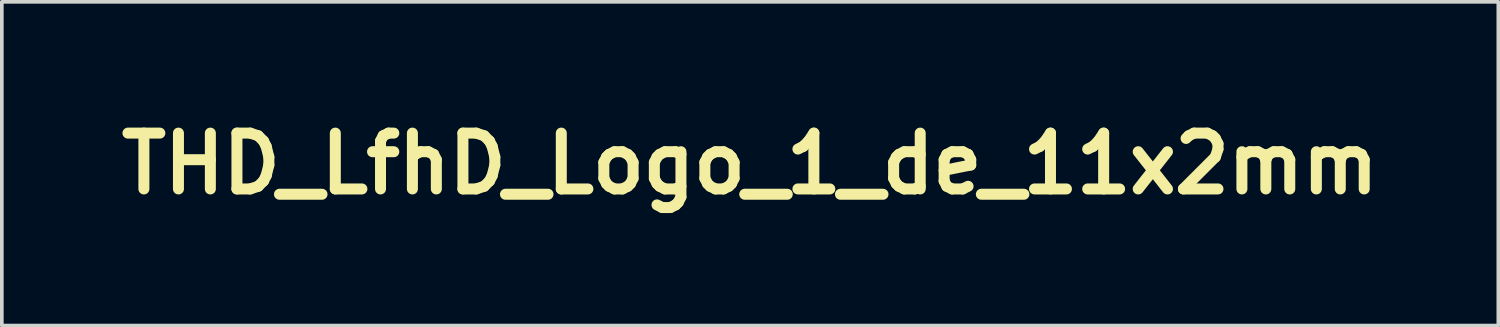
<source format=kicad_pcb>
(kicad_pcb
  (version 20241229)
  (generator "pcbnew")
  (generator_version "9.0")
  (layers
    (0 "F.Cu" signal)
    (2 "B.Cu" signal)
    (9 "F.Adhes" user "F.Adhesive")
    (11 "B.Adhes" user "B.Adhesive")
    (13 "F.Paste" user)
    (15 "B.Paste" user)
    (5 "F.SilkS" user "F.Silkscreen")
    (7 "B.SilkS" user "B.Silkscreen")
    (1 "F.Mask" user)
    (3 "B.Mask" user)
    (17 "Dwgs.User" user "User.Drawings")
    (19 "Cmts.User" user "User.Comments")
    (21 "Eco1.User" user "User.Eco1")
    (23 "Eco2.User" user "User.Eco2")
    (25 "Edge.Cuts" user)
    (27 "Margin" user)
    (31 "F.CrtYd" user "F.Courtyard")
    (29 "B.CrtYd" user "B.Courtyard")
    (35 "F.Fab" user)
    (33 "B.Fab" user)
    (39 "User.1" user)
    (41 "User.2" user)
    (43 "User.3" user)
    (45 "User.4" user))
  (footprint "THD_LfhD_Logo_1_de_11x2mm"
    (layer "F.Cu")
    (at 17.424 1.418)
    (property "Reference" "THD_LfhD_Logo_1_de_11x2mm" (at 0 0 0) (layer "F.SilkS") (effects (font (size 1.524 1.524) (thickness 0.3))))
    (attr through_hole)
    (fp_poly (pts (xy -4.682 0.516) (xy -4.682 0.94) (xy -4.729 0.945) (xy -4.775 0.951) (xy -4.775 0.506) (xy -4.682 0.516)) (stroke (width 0.01) (type solid)) (fill yes) (layer "F.Mask"))
    (fp_poly (pts (xy -2.781 0.511) (xy -2.735 0.516) (xy -2.725 0.948) (xy -2.828 0.948) (xy -2.828 0.506) (xy -2.781 0.511)) (stroke (width 0.01) (type solid)) (fill yes) (layer "F.Mask"))
    (fp_poly (pts (xy -2.206 0.511) (xy -2.159 0.516) (xy -2.154 0.732) (xy -2.15 0.948) (xy -2.252 0.948) (xy -2.252 0.506) (xy -2.206 0.511)) (stroke (width 0.01) (type solid)) (fill yes) (layer "F.Mask"))
    (fp_poly (pts (xy -3.099 0.847) (xy -2.879 0.847) (xy -2.879 0.948) (xy -3.035 0.948) (xy -3.192 0.948) (xy -3.185 0.516) (xy -3.142 0.511) (xy -3.099 0.506) (xy -3.099 0.847)) (stroke (width 0.01) (type solid)) (fill yes) (layer "F.Mask"))
    (fp_poly (pts (xy -0.598 -1.038) (xy -0.593 -1.016) (xy -0.605 -0.988) (xy -0.627 -0.982) (xy -0.655 -0.994) (xy -0.66 -1.016) (xy -0.648 -1.044) (xy -0.627 -1.05) (xy -0.598 -1.038)) (stroke (width 0.01) (type solid)) (fill yes) (layer "F.Mask"))
    (fp_poly (pts (xy -0.463 -1.038) (xy -0.457 -1.016) (xy -0.469 -0.988) (xy -0.491 -0.982) (xy -0.519 -0.994) (xy -0.525 -1.016) (xy -0.513 -1.044) (xy -0.491 -1.05) (xy -0.463 -1.038)) (stroke (width 0.01) (type solid)) (fill yes) (layer "F.Mask"))
    (fp_poly (pts (xy -4.085 0.511) (xy -4.039 0.516) (xy -4.034 0.694) (xy -4.032 0.793) (xy -4.033 0.863) (xy -4.04 0.908) (xy -4.051 0.934) (xy -4.07 0.946) (xy -4.09 0.948) (xy -4.132 0.948) (xy -4.132 0.506) (xy -4.085 0.511)) (stroke (width 0.01) (type solid)) (fill yes) (layer "F.Mask"))
    (fp_poly (pts (xy -3.607 0.559) (xy -3.609 0.591) (xy -3.624 0.606) (xy -3.66 0.61) (xy -3.675 0.61) (xy -3.742 0.61) (xy -3.742 0.948) (xy -3.827 0.948) (xy -3.827 0.61) (xy -3.895 0.61) (xy -3.938 0.608) (xy -3.957 0.597) (xy -3.962 0.57) (xy -3.962 0.559) (xy -3.962 0.508) (xy -3.607 0.508) (xy -3.607 0.559)) (stroke (width 0.01) (type solid)) (fill yes) (layer "F.Mask"))
    (fp_poly (pts (xy 1.084 1.033) (xy 0.795 1.033) (xy 0.682 1.032) (xy 0.599 1.03) (xy 0.543 1.026) (xy 0.511 1.02) (xy 0.499 1.012) (xy 0.497 0.991) (xy 0.496 0.94) (xy 0.495 0.861) (xy 0.494 0.759) (xy 0.494 0.636) (xy 0.494 0.495) (xy 0.494 0.341) (xy 0.495 0.175) (xy 0.495 0.135) (xy 0.5 -0.72) (xy 0.792 -0.724) (xy 1.084 -0.729) (xy 1.084 1.033)) (stroke (width 0.01) (type solid)) (fill yes) (layer "F.Mask"))
    (fp_poly (pts (xy 2.354 -0.847) (xy 1.372 -0.847) (xy 1.372 1.016) (xy 1.322 1.016) (xy 1.278 1.019) (xy 1.249 1.025) (xy 1.221 1.026) (xy 1.214 1.022) (xy 1.212 1.003) (xy 1.21 0.954) (xy 1.208 0.877) (xy 1.206 0.775) (xy 1.205 0.652) (xy 1.204 0.511) (xy 1.203 0.355) (xy 1.202 0.186) (xy 1.202 0.082) (xy 1.202 -0.847) (xy 0.22 -0.847) (xy 0.22 -1.016) (xy 2.354 -1.016) (xy 2.354 -0.847)) (stroke (width 0.01) (type solid)) (fill yes) (layer "F.Mask"))
    (fp_poly (pts (xy 3.213 0.013) (xy 3.209 1.041) (xy 3.149 1.046) (xy 3.106 1.047) (xy 3.079 1.041) (xy 3.077 1.039) (xy 3.074 1.02) (xy 3.071 0.971) (xy 3.069 0.897) (xy 3.067 0.803) (xy 3.065 0.693) (xy 3.065 0.572) (xy 3.065 0.565) (xy 3.065 0.102) (xy 2.781 0.098) (xy 2.498 0.093) (xy 2.493 0.013) (xy 2.487 -0.068) (xy 3.065 -0.068) (xy 3.065 -1.016) (xy 3.141 -1.016) (xy 3.218 -1.016) (xy 3.213 0.013)) (stroke (width 0.01) (type solid)) (fill yes) (layer "F.Mask"))
    (fp_poly (pts (xy -5.118 -0.201) (xy -5.103 -0.19) (xy -5.098 -0.16) (xy -5.097 -0.119) (xy -5.097 -0.034) (xy -4.928 -0.034) (xy -4.928 -0.119) (xy -4.926 -0.169) (xy -4.919 -0.194) (xy -4.902 -0.202) (xy -4.885 -0.203) (xy -4.843 -0.203) (xy -4.843 0.237) (xy -4.885 0.237) (xy -4.91 0.234) (xy -4.923 0.22) (xy -4.927 0.186) (xy -4.928 0.152) (xy -4.928 0.068) (xy -5.097 0.068) (xy -5.097 0.152) (xy -5.098 0.203) (xy -5.105 0.228) (xy -5.123 0.236) (xy -5.148 0.237) (xy -5.199 0.237) (xy -5.199 -0.203) (xy -5.148 -0.203) (xy -5.118 -0.201)) (stroke (width 0.01) (type solid)) (fill yes) (layer "F.Mask"))
    (fp_poly (pts (xy -0.647 -0.201) (xy -0.632 -0.19) (xy -0.627 -0.16) (xy -0.627 -0.119) (xy -0.627 -0.034) (xy -0.457 -0.034) (xy -0.457 -0.119) (xy -0.456 -0.169) (xy -0.449 -0.194) (xy -0.432 -0.202) (xy -0.415 -0.203) (xy -0.373 -0.203) (xy -0.373 0.237) (xy -0.415 0.237) (xy -0.44 0.234) (xy -0.453 0.22) (xy -0.457 0.186) (xy -0.457 0.152) (xy -0.457 0.068) (xy -0.627 0.068) (xy -0.627 0.152) (xy -0.628 0.203) (xy -0.634 0.228) (xy -0.652 0.236) (xy -0.677 0.237) (xy -0.728 0.237) (xy -0.728 -0.203) (xy -0.677 -0.203) (xy -0.647 -0.201)) (stroke (width 0.01) (type solid)) (fill yes) (layer "F.Mask"))
    (fp_poly (pts (xy -5.084 0.509) (xy -5.007 0.511) (xy -4.955 0.52) (xy -4.917 0.539) (xy -4.886 0.573) (xy -4.872 0.592) (xy -4.851 0.644) (xy -4.843 0.714) (xy -4.847 0.787) (xy -4.864 0.849) (xy -4.871 0.864) (xy -4.904 0.905) (xy -4.948 0.931) (xy -5.011 0.944) (xy -5.098 0.948) (xy -5.215 0.948) (xy -5.215 0.61) (xy -5.114 0.61) (xy -5.114 0.847) (xy -5.047 0.847) (xy -4.994 0.84) (xy -4.96 0.817) (xy -4.954 0.809) (xy -4.934 0.763) (xy -4.928 0.721) (xy -4.941 0.662) (xy -4.98 0.624) (xy -5.042 0.61) (xy -5.049 0.61) (xy -5.114 0.61) (xy -5.215 0.61) (xy -5.215 0.508) (xy -5.084 0.509)) (stroke (width 0.01) (type solid)) (fill yes) (layer "F.Mask"))
    (fp_poly (pts (xy -1.676 -0.102) (xy -1.795 -0.102) (xy -1.857 -0.101) (xy -1.893 -0.097) (xy -1.909 -0.087) (xy -1.913 -0.07) (xy -1.913 -0.068) (xy -1.91 -0.049) (xy -1.895 -0.039) (xy -1.86 -0.035) (xy -1.803 -0.034) (xy -1.693 -0.034) (xy -1.693 0.068) (xy -1.803 0.068) (xy -1.863 0.069) (xy -1.896 0.074) (xy -1.911 0.084) (xy -1.913 0.101) (xy -1.91 0.118) (xy -1.894 0.129) (xy -1.859 0.135) (xy -1.799 0.139) (xy -1.791 0.139) (xy -1.727 0.142) (xy -1.69 0.147) (xy -1.672 0.158) (xy -1.665 0.176) (xy -1.663 0.191) (xy -1.657 0.237) (xy -2.015 0.237) (xy -2.015 -0.203) (xy -1.676 -0.203) (xy -1.676 -0.102)) (stroke (width 0.01) (type solid)) (fill yes) (layer "F.Mask"))
    (fp_poly (pts (xy -0.818 -0.902) (xy -0.823 -0.876) (xy -0.837 -0.862) (xy -0.867 -0.854) (xy -0.922 -0.85) (xy -0.928 -0.85) (xy -0.987 -0.846) (xy -1.018 -0.839) (xy -1.031 -0.826) (xy -1.033 -0.812) (xy -1.029 -0.793) (xy -1.011 -0.783) (xy -0.971 -0.779) (xy -0.94 -0.779) (xy -0.887 -0.778) (xy -0.859 -0.772) (xy -0.848 -0.758) (xy -0.847 -0.729) (xy -0.847 -0.728) (xy -0.848 -0.699) (xy -0.858 -0.684) (xy -0.886 -0.678) (xy -0.938 -0.677) (xy -1.033 -0.677) (xy -1.033 -0.593) (xy -1.034 -0.543) (xy -1.041 -0.518) (xy -1.059 -0.509) (xy -1.084 -0.508) (xy -1.135 -0.508) (xy -1.135 -0.948) (xy -0.812 -0.948) (xy -0.818 -0.902)) (stroke (width 0.01) (type solid)) (fill yes) (layer "F.Mask"))
    (fp_poly (pts (xy -3.659 -0.198) (xy -3.594 -0.181) (xy -3.549 -0.147) (xy -3.519 -0.09) (xy -3.499 -0.016) (xy -3.498 0.05) (xy -3.519 0.122) (xy -3.555 0.183) (xy -3.568 0.197) (xy -3.595 0.218) (xy -3.625 0.23) (xy -3.669 0.236) (xy -3.736 0.237) (xy -3.745 0.237) (xy -3.878 0.237) (xy -3.878 -0.102) (xy -3.776 -0.102) (xy -3.776 0.135) (xy -3.71 0.135) (xy -3.657 0.129) (xy -3.619 0.111) (xy -3.616 0.109) (xy -3.597 0.07) (xy -3.591 0.015) (xy -3.598 -0.039) (xy -3.616 -0.075) (xy -3.652 -0.093) (xy -3.704 -0.102) (xy -3.71 -0.102) (xy -3.776 -0.102) (xy -3.878 -0.102) (xy -3.878 -0.203) (xy -3.75 -0.203) (xy -3.659 -0.198)) (stroke (width 0.01) (type solid)) (fill yes) (layer "F.Mask"))
    (fp_poly (pts (xy 3.671 -1.013) (xy 3.677 -1.012) (xy 3.937 -1.008) (xy 3.937 1.024) (xy 3.665 1.029) (xy 3.572 1.03) (xy 3.492 1.029) (xy 3.429 1.028) (xy 3.391 1.025) (xy 3.381 1.022) (xy 3.379 1.003) (xy 3.377 0.954) (xy 3.375 0.877) (xy 3.374 0.774) (xy 3.372 0.65) (xy 3.371 0.508) (xy 3.37 0.349) (xy 3.37 0.177) (xy 3.37 0.016) (xy 3.37 -0.197) (xy 3.37 -0.379) (xy 3.371 -0.531) (xy 3.372 -0.657) (xy 3.373 -0.759) (xy 3.375 -0.839) (xy 3.378 -0.9) (xy 3.381 -0.944) (xy 3.385 -0.973) (xy 3.389 -0.991) (xy 3.394 -0.998) (xy 3.419 -1.006) (xy 3.473 -1.011) (xy 3.556 -1.014) (xy 3.671 -1.013)) (stroke (width 0.01) (type solid)) (fill yes) (layer "F.Mask"))
    (fp_poly (pts (xy -1.545 -0.2) (xy -1.518 -0.192) (xy -1.493 -0.17) (xy -1.464 -0.129) (xy -1.431 -0.072) (xy -1.398 -0.016) (xy -1.371 0.027) (xy -1.353 0.049) (xy -1.35 0.05) (xy -1.344 0.035) (xy -1.34 -0.006) (xy -1.338 -0.064) (xy -1.338 -0.076) (xy -1.337 -0.141) (xy -1.334 -0.179) (xy -1.326 -0.197) (xy -1.31 -0.203) (xy -1.295 -0.203) (xy -1.253 -0.203) (xy -1.253 0.237) (xy -1.3 0.237) (xy -1.325 0.233) (xy -1.347 0.218) (xy -1.373 0.186) (xy -1.408 0.131) (xy -1.422 0.106) (xy -1.499 -0.025) (xy -1.504 0.106) (xy -1.507 0.172) (xy -1.511 0.211) (xy -1.52 0.23) (xy -1.535 0.236) (xy -1.55 0.237) (xy -1.592 0.237) (xy -1.592 -0.205) (xy -1.545 -0.2)) (stroke (width 0.01) (type solid)) (fill yes) (layer "F.Mask"))
    (fp_poly (pts (xy -1.135 0.657) (xy -1.133 0.741) (xy -1.125 0.796) (xy -1.109 0.828) (xy -1.083 0.843) (xy -1.05 0.847) (xy -1.013 0.842) (xy -0.988 0.825) (xy -0.973 0.79) (xy -0.967 0.731) (xy -0.965 0.657) (xy -0.965 0.586) (xy -0.963 0.542) (xy -0.956 0.519) (xy -0.945 0.51) (xy -0.925 0.508) (xy -0.923 0.508) (xy -0.881 0.508) (xy -0.881 0.687) (xy -0.881 0.767) (xy -0.883 0.821) (xy -0.889 0.856) (xy -0.9 0.879) (xy -0.917 0.899) (xy -0.925 0.907) (xy -0.98 0.937) (xy -1.048 0.95) (xy -1.116 0.943) (xy -1.168 0.918) (xy -1.201 0.871) (xy -1.223 0.793) (xy -1.234 0.683) (xy -1.235 0.622) (xy -1.236 0.508) (xy -1.135 0.508) (xy -1.135 0.657)) (stroke (width 0.01) (type solid)) (fill yes) (layer "F.Mask"))
    (fp_poly (pts (xy 2.35 0.11) (xy 2.351 0.276) (xy 2.351 0.432) (xy 2.351 0.575) (xy 2.351 0.702) (xy 2.35 0.809) (xy 2.349 0.893) (xy 2.347 0.95) (xy 2.346 0.977) (xy 2.345 0.978) (xy 2.341 0.992) (xy 2.332 1.002) (xy 2.314 1.009) (xy 2.282 1.013) (xy 2.23 1.015) (xy 2.154 1.016) (xy 2.057 1.016) (xy 1.954 1.016) (xy 1.88 1.015) (xy 1.83 1.013) (xy 1.799 1.008) (xy 1.782 1.001) (xy 1.773 0.991) (xy 1.769 0.978) (xy 1.768 0.954) (xy 1.766 0.899) (xy 1.765 0.818) (xy 1.764 0.713) (xy 1.764 0.587) (xy 1.764 0.446) (xy 1.764 0.29) (xy 1.765 0.126) (xy 1.765 0.11) (xy 1.77 -0.72) (xy 2.345 -0.72) (xy 2.35 0.11)) (stroke (width 0.01) (type solid)) (fill yes) (layer "F.Mask"))
    (fp_poly (pts (xy 0.051 -0.102) (xy -0.068 -0.102) (xy -0.13 -0.101) (xy -0.166 -0.097) (xy -0.182 -0.087) (xy -0.186 -0.07) (xy -0.186 -0.068) (xy -0.183 -0.049) (xy -0.168 -0.039) (xy -0.133 -0.035) (xy -0.076 -0.034) (xy 0.034 -0.034) (xy 0.034 0.068) (xy -0.076 0.068) (xy -0.136 0.069) (xy -0.169 0.073) (xy -0.183 0.084) (xy -0.186 0.102) (xy -0.183 0.119) (xy -0.169 0.13) (xy -0.135 0.134) (xy -0.076 0.135) (xy -0.069 0.135) (xy -0.006 0.137) (xy 0.031 0.142) (xy 0.051 0.153) (xy 0.059 0.169) (xy 0.064 0.198) (xy 0.055 0.218) (xy 0.027 0.229) (xy -0.025 0.235) (xy -0.105 0.237) (xy -0.12 0.237) (xy -0.288 0.237) (xy -0.288 -0.203) (xy 0.051 -0.203) (xy 0.051 -0.102)) (stroke (width 0.01) (type solid)) (fill yes) (layer "F.Mask"))
    (fp_poly (pts (xy -1.744 0.61) (xy -1.863 0.61) (xy -1.925 0.611) (xy -1.961 0.615) (xy -1.977 0.624) (xy -1.981 0.641) (xy -1.981 0.643) (xy -1.978 0.662) (xy -1.962 0.672) (xy -1.928 0.676) (xy -1.871 0.677) (xy -1.761 0.677) (xy -1.761 0.779) (xy -1.871 0.779) (xy -1.931 0.78) (xy -1.964 0.785) (xy -1.978 0.795) (xy -1.981 0.812) (xy -1.978 0.829) (xy -1.962 0.84) (xy -1.927 0.846) (xy -1.866 0.85) (xy -1.858 0.85) (xy -1.795 0.853) (xy -1.758 0.858) (xy -1.741 0.868) (xy -1.736 0.885) (xy -1.736 0.897) (xy -1.737 0.917) (xy -1.744 0.929) (xy -1.764 0.936) (xy -1.802 0.941) (xy -1.865 0.943) (xy -1.909 0.945) (xy -2.083 0.949) (xy -2.083 0.508) (xy -1.744 0.508) (xy -1.744 0.61)) (stroke (width 0.01) (type solid)) (fill yes) (layer "F.Mask"))
    (fp_poly (pts (xy -1.931 -0.934) (xy -1.866 -0.891) (xy -1.821 -0.824) (xy -1.812 -0.795) (xy -1.804 -0.708) (xy -1.825 -0.627) (xy -1.872 -0.56) (xy -1.881 -0.552) (xy -1.949 -0.515) (xy -2.026 -0.506) (xy -2.101 -0.523) (xy -2.149 -0.552) (xy -2.2 -0.616) (xy -2.225 -0.695) (xy -2.223 -0.739) (xy -2.134 -0.739) (xy -2.122 -0.672) (xy -2.087 -0.628) (xy -2.029 -0.61) (xy -2.015 -0.61) (xy -1.962 -0.617) (xy -1.928 -0.641) (xy -1.923 -0.647) (xy -1.9 -0.702) (xy -1.899 -0.759) (xy -1.919 -0.806) (xy -1.934 -0.82) (xy -1.991 -0.844) (xy -2.048 -0.843) (xy -2.096 -0.82) (xy -2.127 -0.777) (xy -2.134 -0.739) (xy -2.223 -0.739) (xy -2.222 -0.781) (xy -2.219 -0.795) (xy -2.183 -0.87) (xy -2.124 -0.922) (xy -2.046 -0.946) (xy -2.015 -0.948) (xy -1.931 -0.934)) (stroke (width 0.01) (type solid)) (fill yes) (layer "F.Mask"))
    (fp_poly (pts (xy -0.732 0.511) (xy -0.703 0.521) (xy -0.674 0.549) (xy -0.64 0.599) (xy -0.626 0.623) (xy -0.584 0.694) (xy -0.556 0.736) (xy -0.538 0.749) (xy -0.529 0.733) (xy -0.525 0.689) (xy -0.525 0.638) (xy -0.524 0.573) (xy -0.521 0.534) (xy -0.514 0.515) (xy -0.499 0.509) (xy -0.483 0.508) (xy -0.44 0.508) (xy -0.44 0.948) (xy -0.487 0.948) (xy -0.512 0.944) (xy -0.535 0.929) (xy -0.56 0.897) (xy -0.595 0.842) (xy -0.61 0.817) (xy -0.686 0.686) (xy -0.691 0.817) (xy -0.694 0.883) (xy -0.699 0.922) (xy -0.707 0.941) (xy -0.723 0.948) (xy -0.736 0.948) (xy -0.77 0.944) (xy -0.782 0.936) (xy -0.784 0.915) (xy -0.784 0.867) (xy -0.784 0.799) (xy -0.782 0.719) (xy -0.782 0.714) (xy -0.777 0.506) (xy -0.732 0.511)) (stroke (width 0.01) (type solid)) (fill yes) (layer "F.Mask"))
    (fp_poly (pts (xy -0.715 -0.945) (xy -0.693 -0.941) (xy -0.679 -0.932) (xy -0.671 -0.909) (xy -0.667 -0.866) (xy -0.664 -0.797) (xy -0.664 -0.797) (xy -0.659 -0.714) (xy -0.649 -0.659) (xy -0.632 -0.627) (xy -0.606 -0.612) (xy -0.577 -0.61) (xy -0.539 -0.614) (xy -0.514 -0.631) (xy -0.499 -0.665) (xy -0.493 -0.723) (xy -0.491 -0.799) (xy -0.491 -0.87) (xy -0.488 -0.914) (xy -0.482 -0.938) (xy -0.47 -0.947) (xy -0.451 -0.948) (xy -0.449 -0.948) (xy -0.406 -0.948) (xy -0.406 -0.77) (xy -0.407 -0.69) (xy -0.409 -0.636) (xy -0.415 -0.601) (xy -0.426 -0.577) (xy -0.443 -0.557) (xy -0.451 -0.55) (xy -0.505 -0.519) (xy -0.574 -0.507) (xy -0.642 -0.513) (xy -0.694 -0.538) (xy -0.727 -0.584) (xy -0.748 -0.662) (xy -0.76 -0.771) (xy -0.761 -0.835) (xy -0.762 -0.951) (xy -0.715 -0.945)) (stroke (width 0.01) (type solid)) (fill yes) (layer "F.Mask"))
    (fp_poly (pts (xy -2.433 0.517) (xy -2.381 0.543) (xy -2.347 0.58) (xy -2.337 0.614) (xy -2.351 0.637) (xy -2.378 0.643) (xy -2.414 0.637) (xy -2.43 0.627) (xy -2.452 0.615) (xy -2.493 0.61) (xy -2.499 0.61) (xy -2.542 0.617) (xy -2.558 0.636) (xy -2.545 0.656) (xy -2.51 0.67) (xy -2.424 0.697) (xy -2.36 0.735) (xy -2.322 0.78) (xy -2.313 0.831) (xy -2.318 0.851) (xy -2.356 0.907) (xy -2.419 0.939) (xy -2.494 0.948) (xy -2.552 0.944) (xy -2.592 0.928) (xy -2.626 0.899) (xy -2.665 0.854) (xy -2.674 0.827) (xy -2.654 0.816) (xy -2.62 0.82) (xy -2.539 0.836) (xy -2.485 0.844) (xy -2.45 0.845) (xy -2.43 0.841) (xy -2.413 0.823) (xy -2.419 0.8) (xy -2.445 0.783) (xy -2.466 0.779) (xy -2.512 0.77) (xy -2.565 0.749) (xy -2.613 0.721) (xy -2.644 0.692) (xy -2.648 0.685) (xy -2.657 0.626) (xy -2.636 0.57) (xy -2.623 0.553) (xy -2.595 0.524) (xy -2.559 0.511) (xy -2.507 0.508) (xy -2.433 0.517)) (stroke (width 0.01) (type solid)) (fill yes) (layer "F.Mask"))
    (fp_poly (pts (xy -4.342 0.512) (xy -4.302 0.527) (xy -4.266 0.557) (xy -4.229 0.6) (xy -4.219 0.629) (xy -4.235 0.651) (xy -4.252 0.661) (xy -4.283 0.671) (xy -4.312 0.656) (xy -4.325 0.645) (xy -4.379 0.613) (xy -4.433 0.611) (xy -4.482 0.634) (xy -4.515 0.68) (xy -4.525 0.729) (xy -4.512 0.787) (xy -4.473 0.826) (xy -4.407 0.845) (xy -4.375 0.847) (xy -4.328 0.842) (xy -4.304 0.832) (xy -4.307 0.821) (xy -4.339 0.811) (xy -4.348 0.81) (xy -4.384 0.798) (xy -4.398 0.766) (xy -4.4 0.758) (xy -4.401 0.732) (xy -4.393 0.718) (xy -4.368 0.712) (xy -4.319 0.711) (xy -4.302 0.711) (xy -4.199 0.711) (xy -4.199 0.772) (xy -4.204 0.822) (xy -4.215 0.862) (xy -4.216 0.863) (xy -4.253 0.902) (xy -4.313 0.931) (xy -4.384 0.947) (xy -4.413 0.948) (xy -4.467 0.943) (xy -4.51 0.921) (xy -4.544 0.893) (xy -4.595 0.825) (xy -4.619 0.751) (xy -4.616 0.677) (xy -4.589 0.61) (xy -4.54 0.555) (xy -4.473 0.519) (xy -4.399 0.508) (xy -4.342 0.512)) (stroke (width 0.01) (type solid)) (fill yes) (layer "F.Mask"))
    (fp_poly (pts (xy -4.085 -0.201) (xy -4.028 -0.192) (xy -3.992 -0.174) (xy -3.969 -0.144) (xy -3.956 -0.108) (xy -3.953 -0.06) (xy -3.97 -0.012) (xy -3.998 0.022) (xy -4.013 0.029) (xy -4.043 0.045) (xy -4.042 0.066) (xy -4.03 0.076) (xy -4.012 0.095) (xy -3.983 0.133) (xy -3.962 0.162) (xy -3.91 0.237) (xy -3.966 0.237) (xy -4.002 0.233) (xy -4.032 0.215) (xy -4.066 0.176) (xy -4.081 0.157) (xy -4.122 0.109) (xy -4.16 0.078) (xy -4.179 0.071) (xy -4.201 0.071) (xy -4.212 0.083) (xy -4.216 0.118) (xy -4.216 0.151) (xy -4.217 0.202) (xy -4.224 0.227) (xy -4.241 0.236) (xy -4.267 0.237) (xy -4.318 0.237) (xy -4.318 -0.068) (xy -4.216 -0.068) (xy -4.212 -0.047) (xy -4.193 -0.037) (xy -4.151 -0.034) (xy -4.132 -0.034) (xy -4.081 -0.036) (xy -4.056 -0.043) (xy -4.047 -0.06) (xy -4.047 -0.068) (xy -4.052 -0.088) (xy -4.07 -0.098) (xy -4.112 -0.101) (xy -4.132 -0.102) (xy -4.183 -0.1) (xy -4.208 -0.092) (xy -4.216 -0.076) (xy -4.216 -0.068) (xy -4.318 -0.068) (xy -4.318 -0.203) (xy -4.168 -0.203) (xy -4.085 -0.201)) (stroke (width 0.01) (type solid)) (fill yes) (layer "F.Mask"))
    (fp_poly (pts (xy -2.697 -0.193) (xy -2.68 -0.185) (xy -2.664 -0.164) (xy -2.644 -0.127) (xy -2.619 -0.068) (xy -2.588 0.008) (xy -2.557 0.085) (xy -2.532 0.15) (xy -2.514 0.198) (xy -2.506 0.222) (xy -2.506 0.223) (xy -2.521 0.233) (xy -2.556 0.237) (xy -2.593 0.231) (xy -2.611 0.206) (xy -2.616 0.186) (xy -2.625 0.156) (xy -2.642 0.141) (xy -2.676 0.136) (xy -2.712 0.135) (xy -2.763 0.137) (xy -2.792 0.146) (xy -2.808 0.167) (xy -2.816 0.186) (xy -2.838 0.224) (xy -2.871 0.237) (xy -2.882 0.237) (xy -2.916 0.236) (xy -2.929 0.233) (xy -2.923 0.216) (xy -2.908 0.174) (xy -2.884 0.112) (xy -2.855 0.037) (xy -2.848 0.017) (xy -2.846 0.013) (xy -2.757 0.013) (xy -2.755 0.03) (xy -2.733 0.034) (xy -2.717 0.034) (xy -2.686 0.03) (xy -2.681 0.01) (xy -2.685 -0.004) (xy -2.703 -0.048) (xy -2.721 -0.058) (xy -2.739 -0.035) (xy -2.743 -0.027) (xy -2.757 0.013) (xy -2.846 0.013) (xy -2.815 -0.068) (xy -2.79 -0.127) (xy -2.772 -0.164) (xy -2.756 -0.184) (xy -2.739 -0.193) (xy -2.719 -0.195) (xy -2.718 -0.195) (xy -2.697 -0.193)) (stroke (width 0.01) (type solid)) (fill yes) (layer "F.Mask"))
    (fp_poly (pts (xy -2.222 -0.201) (xy -2.166 -0.192) (xy -2.129 -0.174) (xy -2.106 -0.144) (xy -2.093 -0.108) (xy -2.091 -0.06) (xy -2.107 -0.012) (xy -2.136 0.022) (xy -2.151 0.029) (xy -2.178 0.039) (xy -2.184 0.045) (xy -2.175 0.062) (xy -2.151 0.096) (xy -2.125 0.13) (xy -2.087 0.183) (xy -2.07 0.215) (xy -2.074 0.231) (xy -2.099 0.237) (xy -2.112 0.237) (xy -2.146 0.23) (xy -2.18 0.204) (xy -2.219 0.157) (xy -2.259 0.109) (xy -2.297 0.078) (xy -2.316 0.071) (xy -2.338 0.071) (xy -2.349 0.083) (xy -2.353 0.118) (xy -2.354 0.151) (xy -2.355 0.202) (xy -2.361 0.227) (xy -2.379 0.236) (xy -2.405 0.237) (xy -2.455 0.237) (xy -2.455 -0.068) (xy -2.354 -0.068) (xy -2.349 -0.047) (xy -2.33 -0.037) (xy -2.289 -0.034) (xy -2.269 -0.034) (xy -2.218 -0.036) (xy -2.193 -0.043) (xy -2.185 -0.06) (xy -2.184 -0.068) (xy -2.189 -0.088) (xy -2.208 -0.098) (xy -2.249 -0.101) (xy -2.269 -0.102) (xy -2.32 -0.1) (xy -2.345 -0.092) (xy -2.353 -0.076) (xy -2.354 -0.068) (xy -2.455 -0.068) (xy -2.455 -0.203) (xy -2.306 -0.203) (xy -2.222 -0.201)) (stroke (width 0.01) (type solid)) (fill yes) (layer "F.Mask"))
    (fp_poly (pts (xy -1.511 -0.946) (xy -1.455 -0.937) (xy -1.418 -0.919) (xy -1.395 -0.889) (xy -1.382 -0.853) (xy -1.38 -0.805) (xy -1.396 -0.757) (xy -1.425 -0.723) (xy -1.44 -0.716) (xy -1.467 -0.706) (xy -1.473 -0.701) (xy -1.464 -0.685) (xy -1.439 -0.651) (xy -1.414 -0.617) (xy -1.375 -0.564) (xy -1.359 -0.531) (xy -1.364 -0.514) (xy -1.389 -0.508) (xy -1.401 -0.508) (xy -1.435 -0.515) (xy -1.469 -0.541) (xy -1.507 -0.588) (xy -1.548 -0.636) (xy -1.586 -0.667) (xy -1.605 -0.674) (xy -1.627 -0.675) (xy -1.638 -0.662) (xy -1.642 -0.628) (xy -1.643 -0.594) (xy -1.644 -0.543) (xy -1.65 -0.518) (xy -1.668 -0.509) (xy -1.693 -0.508) (xy -1.744 -0.508) (xy -1.744 -0.813) (xy -1.643 -0.813) (xy -1.638 -0.792) (xy -1.619 -0.782) (xy -1.577 -0.779) (xy -1.558 -0.779) (xy -1.507 -0.781) (xy -1.482 -0.788) (xy -1.474 -0.805) (xy -1.473 -0.813) (xy -1.478 -0.833) (xy -1.497 -0.843) (xy -1.538 -0.847) (xy -1.558 -0.847) (xy -1.609 -0.845) (xy -1.634 -0.837) (xy -1.642 -0.821) (xy -1.643 -0.813) (xy -1.744 -0.813) (xy -1.744 -0.948) (xy -1.594 -0.948) (xy -1.511 -0.946)) (stroke (width 0.01) (type solid)) (fill yes) (layer "F.Mask"))
    (fp_poly (pts (xy -1.442 0.51) (xy -1.385 0.519) (xy -1.349 0.538) (xy -1.326 0.57) (xy -1.312 0.614) (xy -1.312 0.66) (xy -1.329 0.705) (xy -1.357 0.737) (xy -1.38 0.745) (xy -1.399 0.748) (xy -1.402 0.759) (xy -1.388 0.784) (xy -1.356 0.829) (xy -1.346 0.842) (xy -1.308 0.894) (xy -1.291 0.926) (xy -1.296 0.943) (xy -1.32 0.948) (xy -1.334 0.948) (xy -1.367 0.941) (xy -1.401 0.915) (xy -1.44 0.868) (xy -1.48 0.82) (xy -1.519 0.789) (xy -1.537 0.782) (xy -1.559 0.782) (xy -1.571 0.795) (xy -1.574 0.829) (xy -1.575 0.862) (xy -1.576 0.913) (xy -1.582 0.938) (xy -1.6 0.947) (xy -1.626 0.948) (xy -1.676 0.948) (xy -1.676 0.643) (xy -1.575 0.643) (xy -1.57 0.664) (xy -1.551 0.674) (xy -1.51 0.677) (xy -1.49 0.677) (xy -1.439 0.676) (xy -1.414 0.668) (xy -1.406 0.651) (xy -1.405 0.643) (xy -1.41 0.623) (xy -1.429 0.613) (xy -1.471 0.61) (xy -1.49 0.61) (xy -1.541 0.611) (xy -1.566 0.619) (xy -1.574 0.636) (xy -1.575 0.643) (xy -1.676 0.643) (xy -1.676 0.508) (xy -1.527 0.508) (xy -1.442 0.51)) (stroke (width 0.01) (type solid)) (fill yes) (layer "F.Mask"))
    (fp_poly (pts (xy -0.092 0.511) (xy -0.051 0.524) (xy -0.015 0.552) (xy -0.014 0.554) (xy 0.024 0.597) (xy 0.031 0.629) (xy 0.009 0.655) (xy -0.002 0.661) (xy -0.032 0.671) (xy -0.055 0.654) (xy -0.062 0.645) (xy -0.1 0.618) (xy -0.153 0.61) (xy -0.209 0.623) (xy -0.233 0.636) (xy -0.264 0.676) (xy -0.271 0.728) (xy -0.257 0.782) (xy -0.234 0.812) (xy -0.201 0.831) (xy -0.156 0.843) (xy -0.109 0.848) (xy -0.07 0.845) (xy -0.051 0.833) (xy -0.051 0.83) (xy -0.066 0.818) (xy -0.101 0.813) (xy -0.103 0.813) (xy -0.139 0.809) (xy -0.15 0.793) (xy -0.149 0.766) (xy -0.144 0.74) (xy -0.13 0.725) (xy -0.099 0.718) (xy -0.046 0.715) (xy 0.053 0.709) (xy 0.048 0.79) (xy 0.041 0.843) (xy 0.024 0.877) (xy -0.01 0.906) (xy -0.015 0.91) (xy -0.088 0.94) (xy -0.171 0.946) (xy -0.248 0.927) (xy -0.258 0.922) (xy -0.304 0.886) (xy -0.338 0.83) (xy -0.357 0.775) (xy -0.363 0.695) (xy -0.336 0.619) (xy -0.296 0.566) (xy -0.259 0.531) (xy -0.225 0.514) (xy -0.178 0.508) (xy -0.151 0.508) (xy -0.092 0.511)) (stroke (width 0.01) (type solid)) (fill yes) (layer "F.Mask"))
    (fp_poly (pts (xy -0.089 -0.946) (xy -0.032 -0.937) (xy 0.004 -0.919) (xy 0.027 -0.889) (xy 0.041 -0.853) (xy 0.043 -0.805) (xy 0.027 -0.757) (xy -0.002 -0.723) (xy -0.017 -0.716) (xy -0.044 -0.706) (xy -0.051 -0.701) (xy -0.041 -0.685) (xy -0.017 -0.651) (xy 0.008 -0.617) (xy 0.047 -0.564) (xy 0.064 -0.531) (xy 0.059 -0.514) (xy 0.033 -0.508) (xy 0.021 -0.508) (xy -0.013 -0.515) (xy -0.046 -0.541) (xy -0.085 -0.588) (xy -0.126 -0.636) (xy -0.164 -0.667) (xy -0.182 -0.674) (xy -0.205 -0.675) (xy -0.216 -0.662) (xy -0.22 -0.628) (xy -0.22 -0.594) (xy -0.221 -0.543) (xy -0.228 -0.518) (xy -0.245 -0.509) (xy -0.271 -0.508) (xy -0.322 -0.508) (xy -0.322 -0.813) (xy -0.22 -0.813) (xy -0.216 -0.792) (xy -0.197 -0.782) (xy -0.155 -0.779) (xy -0.135 -0.779) (xy -0.085 -0.781) (xy -0.059 -0.788) (xy -0.051 -0.805) (xy -0.051 -0.813) (xy -0.055 -0.833) (xy -0.074 -0.843) (xy -0.116 -0.847) (xy -0.135 -0.847) (xy -0.186 -0.845) (xy -0.212 -0.837) (xy -0.22 -0.821) (xy -0.22 -0.813) (xy -0.322 -0.813) (xy -0.322 -0.948) (xy -0.172 -0.948) (xy -0.089 -0.946)) (stroke (width 0.01) (type solid)) (fill yes) (layer "F.Mask"))
    (fp_poly (pts (xy -4.559 -0.193) (xy -4.542 -0.185) (xy -4.525 -0.166) (xy -4.506 -0.129) (xy -4.481 -0.072) (xy -4.449 0.008) (xy -4.419 0.085) (xy -4.394 0.151) (xy -4.377 0.199) (xy -4.369 0.223) (xy -4.369 0.224) (xy -4.383 0.233) (xy -4.416 0.237) (xy -4.454 0.229) (xy -4.477 0.198) (xy -4.482 0.186) (xy -4.497 0.155) (xy -4.519 0.14) (xy -4.559 0.136) (xy -4.58 0.135) (xy -4.63 0.138) (xy -4.657 0.148) (xy -4.673 0.172) (xy -4.679 0.186) (xy -4.7 0.224) (xy -4.734 0.237) (xy -4.745 0.237) (xy -4.779 0.236) (xy -4.792 0.233) (xy -4.786 0.216) (xy -4.77 0.174) (xy -4.747 0.112) (xy -4.718 0.037) (xy -4.713 0.024) (xy -4.617 0.024) (xy -4.598 0.033) (xy -4.582 0.034) (xy -4.549 0.032) (xy -4.538 0.028) (xy -4.543 0.01) (xy -4.555 -0.027) (xy -4.557 -0.033) (xy -4.572 -0.066) (xy -4.586 -0.069) (xy -4.601 -0.041) (xy -4.613 -0.004) (xy -4.617 0.024) (xy -4.713 0.024) (xy -4.71 0.017) (xy -4.677 -0.068) (xy -4.653 -0.127) (xy -4.634 -0.164) (xy -4.618 -0.184) (xy -4.602 -0.193) (xy -4.582 -0.195) (xy -4.58 -0.195) (xy -4.559 -0.193)) (stroke (width 0.01) (type solid)) (fill yes) (layer "F.Mask"))
    (fp_poly (pts (xy -3.443 0.518) (xy -3.426 0.526) (xy -3.409 0.546) (xy -3.39 0.583) (xy -3.365 0.641) (xy -3.333 0.719) (xy -3.302 0.796) (xy -3.277 0.861) (xy -3.259 0.91) (xy -3.251 0.934) (xy -3.251 0.935) (xy -3.266 0.945) (xy -3.295 0.948) (xy -3.331 0.939) (xy -3.355 0.905) (xy -3.358 0.897) (xy -3.373 0.867) (xy -3.394 0.852) (xy -3.432 0.847) (xy -3.459 0.847) (xy -3.509 0.849) (xy -3.537 0.858) (xy -3.552 0.88) (xy -3.559 0.897) (xy -3.578 0.935) (xy -3.61 0.948) (xy -3.625 0.948) (xy -3.66 0.947) (xy -3.675 0.944) (xy -3.669 0.927) (xy -3.653 0.885) (xy -3.63 0.823) (xy -3.601 0.747) (xy -3.597 0.735) (xy -3.499 0.735) (xy -3.481 0.744) (xy -3.464 0.745) (xy -3.432 0.743) (xy -3.421 0.739) (xy -3.426 0.721) (xy -3.438 0.684) (xy -3.44 0.678) (xy -3.455 0.645) (xy -3.468 0.642) (xy -3.484 0.671) (xy -3.496 0.707) (xy -3.499 0.735) (xy -3.597 0.735) (xy -3.594 0.728) (xy -3.561 0.643) (xy -3.537 0.584) (xy -3.518 0.547) (xy -3.502 0.527) (xy -3.486 0.518) (xy -3.466 0.516) (xy -3.464 0.516) (xy -3.443 0.518)) (stroke (width 0.01) (type solid)) (fill yes) (layer "F.Mask"))
    (fp_poly (pts (xy -0.969 -0.193) (xy -0.952 -0.185) (xy -0.935 -0.166) (xy -0.916 -0.129) (xy -0.892 -0.072) (xy -0.86 0.008) (xy -0.829 0.085) (xy -0.804 0.151) (xy -0.787 0.199) (xy -0.779 0.223) (xy -0.779 0.224) (xy -0.794 0.233) (xy -0.826 0.237) (xy -0.864 0.229) (xy -0.887 0.198) (xy -0.892 0.186) (xy -0.907 0.155) (xy -0.929 0.14) (xy -0.969 0.136) (xy -0.991 0.135) (xy -1.04 0.138) (xy -1.067 0.148) (xy -1.083 0.172) (xy -1.089 0.186) (xy -1.111 0.224) (xy -1.144 0.237) (xy -1.155 0.237) (xy -1.189 0.236) (xy -1.202 0.233) (xy -1.196 0.216) (xy -1.18 0.174) (xy -1.157 0.112) (xy -1.128 0.037) (xy -1.123 0.024) (xy -1.027 0.024) (xy -1.008 0.033) (xy -0.992 0.034) (xy -0.959 0.032) (xy -0.948 0.028) (xy -0.953 0.01) (xy -0.966 -0.027) (xy -0.968 -0.033) (xy -0.982 -0.066) (xy -0.996 -0.069) (xy -1.011 -0.041) (xy -1.024 -0.004) (xy -1.027 0.024) (xy -1.123 0.024) (xy -1.121 0.017) (xy -1.087 -0.068) (xy -1.063 -0.127) (xy -1.045 -0.164) (xy -1.029 -0.184) (xy -1.012 -0.193) (xy -0.992 -0.195) (xy -0.99 -0.195) (xy -0.969 -0.193)) (stroke (width 0.01) (type solid)) (fill yes) (layer "F.Mask"))
    (fp_poly (pts (xy -2.433 -0.947) (xy -2.383 -0.943) (xy -2.352 -0.933) (xy -2.332 -0.918) (xy -2.331 -0.917) (xy -2.31 -0.877) (xy -2.304 -0.826) (xy -2.312 -0.781) (xy -2.322 -0.767) (xy -2.328 -0.745) (xy -2.311 -0.709) (xy -2.304 -0.699) (xy -2.278 -0.65) (xy -2.278 -0.604) (xy -2.296 -0.562) (xy -2.327 -0.533) (xy -2.377 -0.517) (xy -2.451 -0.509) (xy -2.51 -0.508) (xy -2.659 -0.508) (xy -2.659 -0.643) (xy -2.557 -0.643) (xy -2.554 -0.623) (xy -2.538 -0.613) (xy -2.502 -0.611) (xy -2.468 -0.613) (xy -2.412 -0.619) (xy -2.385 -0.631) (xy -2.379 -0.643) (xy -2.389 -0.66) (xy -2.424 -0.67) (xy -2.468 -0.674) (xy -2.52 -0.676) (xy -2.546 -0.671) (xy -2.556 -0.657) (xy -2.557 -0.643) (xy -2.659 -0.643) (xy -2.659 -0.813) (xy -2.557 -0.813) (xy -2.552 -0.792) (xy -2.534 -0.782) (xy -2.492 -0.779) (xy -2.472 -0.779) (xy -2.421 -0.781) (xy -2.396 -0.788) (xy -2.388 -0.805) (xy -2.388 -0.813) (xy -2.392 -0.833) (xy -2.411 -0.843) (xy -2.453 -0.847) (xy -2.472 -0.847) (xy -2.523 -0.845) (xy -2.548 -0.837) (xy -2.557 -0.821) (xy -2.557 -0.813) (xy -2.659 -0.813) (xy -2.659 -0.948) (xy -2.509 -0.948) (xy -2.433 -0.947)) (stroke (width 0.01) (type solid)) (fill yes) (layer "F.Mask"))
    (fp_poly (pts (xy 4.182 -1.009) (xy 4.261 -0.991) (xy 4.351 -0.964) (xy 4.441 -0.931) (xy 4.523 -0.896) (xy 4.546 -0.884) (xy 4.666 -0.808) (xy 4.782 -0.708) (xy 4.885 -0.594) (xy 4.967 -0.474) (xy 4.986 -0.437) (xy 5.03 -0.341) (xy 5.06 -0.256) (xy 5.078 -0.169) (xy 5.089 -0.067) (xy 5.092 -0.025) (xy 5.086 0.146) (xy 5.048 0.312) (xy 4.98 0.471) (xy 4.886 0.617) (xy 4.767 0.748) (xy 4.625 0.86) (xy 4.497 0.933) (xy 4.441 0.959) (xy 4.394 0.976) (xy 4.369 0.982) (xy 4.335 0.991) (xy 4.326 0.997) (xy 4.302 1.006) (xy 4.254 1.015) (xy 4.195 1.022) (xy 4.081 1.032) (xy 4.081 0.886) (xy 4.178 0.864) (xy 4.307 0.831) (xy 4.412 0.795) (xy 4.501 0.751) (xy 4.583 0.694) (xy 4.641 0.646) (xy 4.756 0.524) (xy 4.842 0.387) (xy 4.898 0.239) (xy 4.926 0.084) (xy 4.924 -0.074) (xy 4.891 -0.231) (xy 4.828 -0.384) (xy 4.764 -0.487) (xy 4.666 -0.6) (xy 4.547 -0.698) (xy 4.445 -0.758) (xy 4.373 -0.789) (xy 4.291 -0.816) (xy 4.21 -0.836) (xy 4.145 -0.846) (xy 4.133 -0.847) (xy 4.102 -0.848) (xy 4.087 -0.859) (xy 4.082 -0.888) (xy 4.081 -0.931) (xy 4.082 -0.982) (xy 4.089 -1.007) (xy 4.106 -1.015) (xy 4.124 -1.016) (xy 4.182 -1.009)) (stroke (width 0.01) (type solid)) (fill yes) (layer "F.Mask"))
    (fp_poly (pts (xy -3.37 -0.61) (xy -3.26 -0.61) (xy -3.201 -0.609) (xy -3.168 -0.605) (xy -3.153 -0.594) (xy -3.15 -0.574) (xy -3.15 -0.564) (xy -3.147 -0.536) (xy -3.138 -0.533) (xy -3.122 -0.556) (xy -3.098 -0.608) (xy -3.065 -0.689) (xy -3.049 -0.733) (xy -2.96 -0.733) (xy -2.958 -0.715) (xy -2.936 -0.711) (xy -2.92 -0.711) (xy -2.889 -0.716) (xy -2.884 -0.735) (xy -2.888 -0.749) (xy -2.906 -0.793) (xy -2.925 -0.803) (xy -2.943 -0.78) (xy -2.946 -0.772) (xy -2.96 -0.733) (xy -3.049 -0.733) (xy -3.044 -0.745) (xy -3.013 -0.826) (xy -2.99 -0.881) (xy -2.972 -0.915) (xy -2.956 -0.932) (xy -2.939 -0.939) (xy -2.92 -0.94) (xy -2.899 -0.938) (xy -2.882 -0.93) (xy -2.866 -0.911) (xy -2.847 -0.875) (xy -2.822 -0.818) (xy -2.79 -0.737) (xy -2.76 -0.66) (xy -2.735 -0.594) (xy -2.717 -0.546) (xy -2.709 -0.522) (xy -2.709 -0.521) (xy -2.724 -0.512) (xy -2.759 -0.508) (xy -2.796 -0.514) (xy -2.814 -0.539) (xy -2.819 -0.559) (xy -2.828 -0.589) (xy -2.845 -0.604) (xy -2.879 -0.609) (xy -2.915 -0.61) (xy -2.967 -0.608) (xy -2.995 -0.599) (xy -3.011 -0.578) (xy -3.019 -0.559) (xy -3.038 -0.508) (xy -3.251 -0.508) (xy -3.463 -0.508) (xy -3.459 -0.724) (xy -3.456 -0.94) (xy -3.413 -0.945) (xy -3.37 -0.951) (xy -3.37 -0.61)) (stroke (width 0.01) (type solid)) (fill yes) (layer "F.Mask"))
    (fp_poly (pts (xy -3.092 -0.067) (xy -3.077 -0.006) (xy -3.063 0.038) (xy -3.053 0.059) (xy -3.05 0.059) (xy -3.042 0.038) (xy -3.029 -0.007) (xy -3.016 -0.066) (xy -3.014 -0.073) (xy -3 -0.136) (xy -2.988 -0.173) (xy -2.973 -0.192) (xy -2.951 -0.199) (xy -2.942 -0.2) (xy -2.907 -0.198) (xy -2.896 -0.185) (xy -2.899 -0.164) (xy -2.91 -0.117) (xy -2.924 -0.053) (xy -2.941 0.02) (xy -2.959 0.095) (xy -2.976 0.163) (xy -2.99 0.216) (xy -3.009 0.231) (xy -3.047 0.237) (xy -3.069 0.237) (xy -3.085 0.232) (xy -3.097 0.218) (xy -3.109 0.189) (xy -3.123 0.139) (xy -3.142 0.064) (xy -3.151 0.03) (xy -3.166 -0.018) (xy -3.182 -0.046) (xy -3.195 -0.052) (xy -3.2 -0.03) (xy -3.2 -0.026) (xy -3.205 0.005) (xy -3.218 0.052) (xy -3.224 0.071) (xy -3.241 0.128) (xy -3.255 0.18) (xy -3.258 0.191) (xy -3.273 0.224) (xy -3.302 0.236) (xy -3.32 0.237) (xy -3.358 0.231) (xy -3.378 0.216) (xy -3.384 0.191) (xy -3.396 0.141) (xy -3.411 0.076) (xy -3.419 0.037) (xy -3.436 -0.037) (xy -3.451 -0.103) (xy -3.462 -0.15) (xy -3.465 -0.164) (xy -3.469 -0.193) (xy -3.454 -0.202) (xy -3.427 -0.2) (xy -3.401 -0.195) (xy -3.385 -0.182) (xy -3.372 -0.154) (xy -3.36 -0.102) (xy -3.354 -0.072) (xy -3.341 -0.013) (xy -3.328 0.031) (xy -3.319 0.05) (xy -3.318 0.051) (xy -3.308 0.036) (xy -3.293 -0.003) (xy -3.277 -0.055) (xy -3.261 -0.113) (xy -3.248 -0.16) (xy -3.241 -0.182) (xy -3.222 -0.196) (xy -3.183 -0.203) (xy -3.179 -0.203) (xy -3.123 -0.203) (xy -3.092 -0.067)) (stroke (width 0.01) (type solid)) (fill yes) (layer "F.Mask")))
  (gr_rect
    (start -3 -3)
    (end 37.849 5.836)
    (stroke (width 0.1) (type default))
    (fill no)
    (layer "Edge.Cuts")))
</source>
